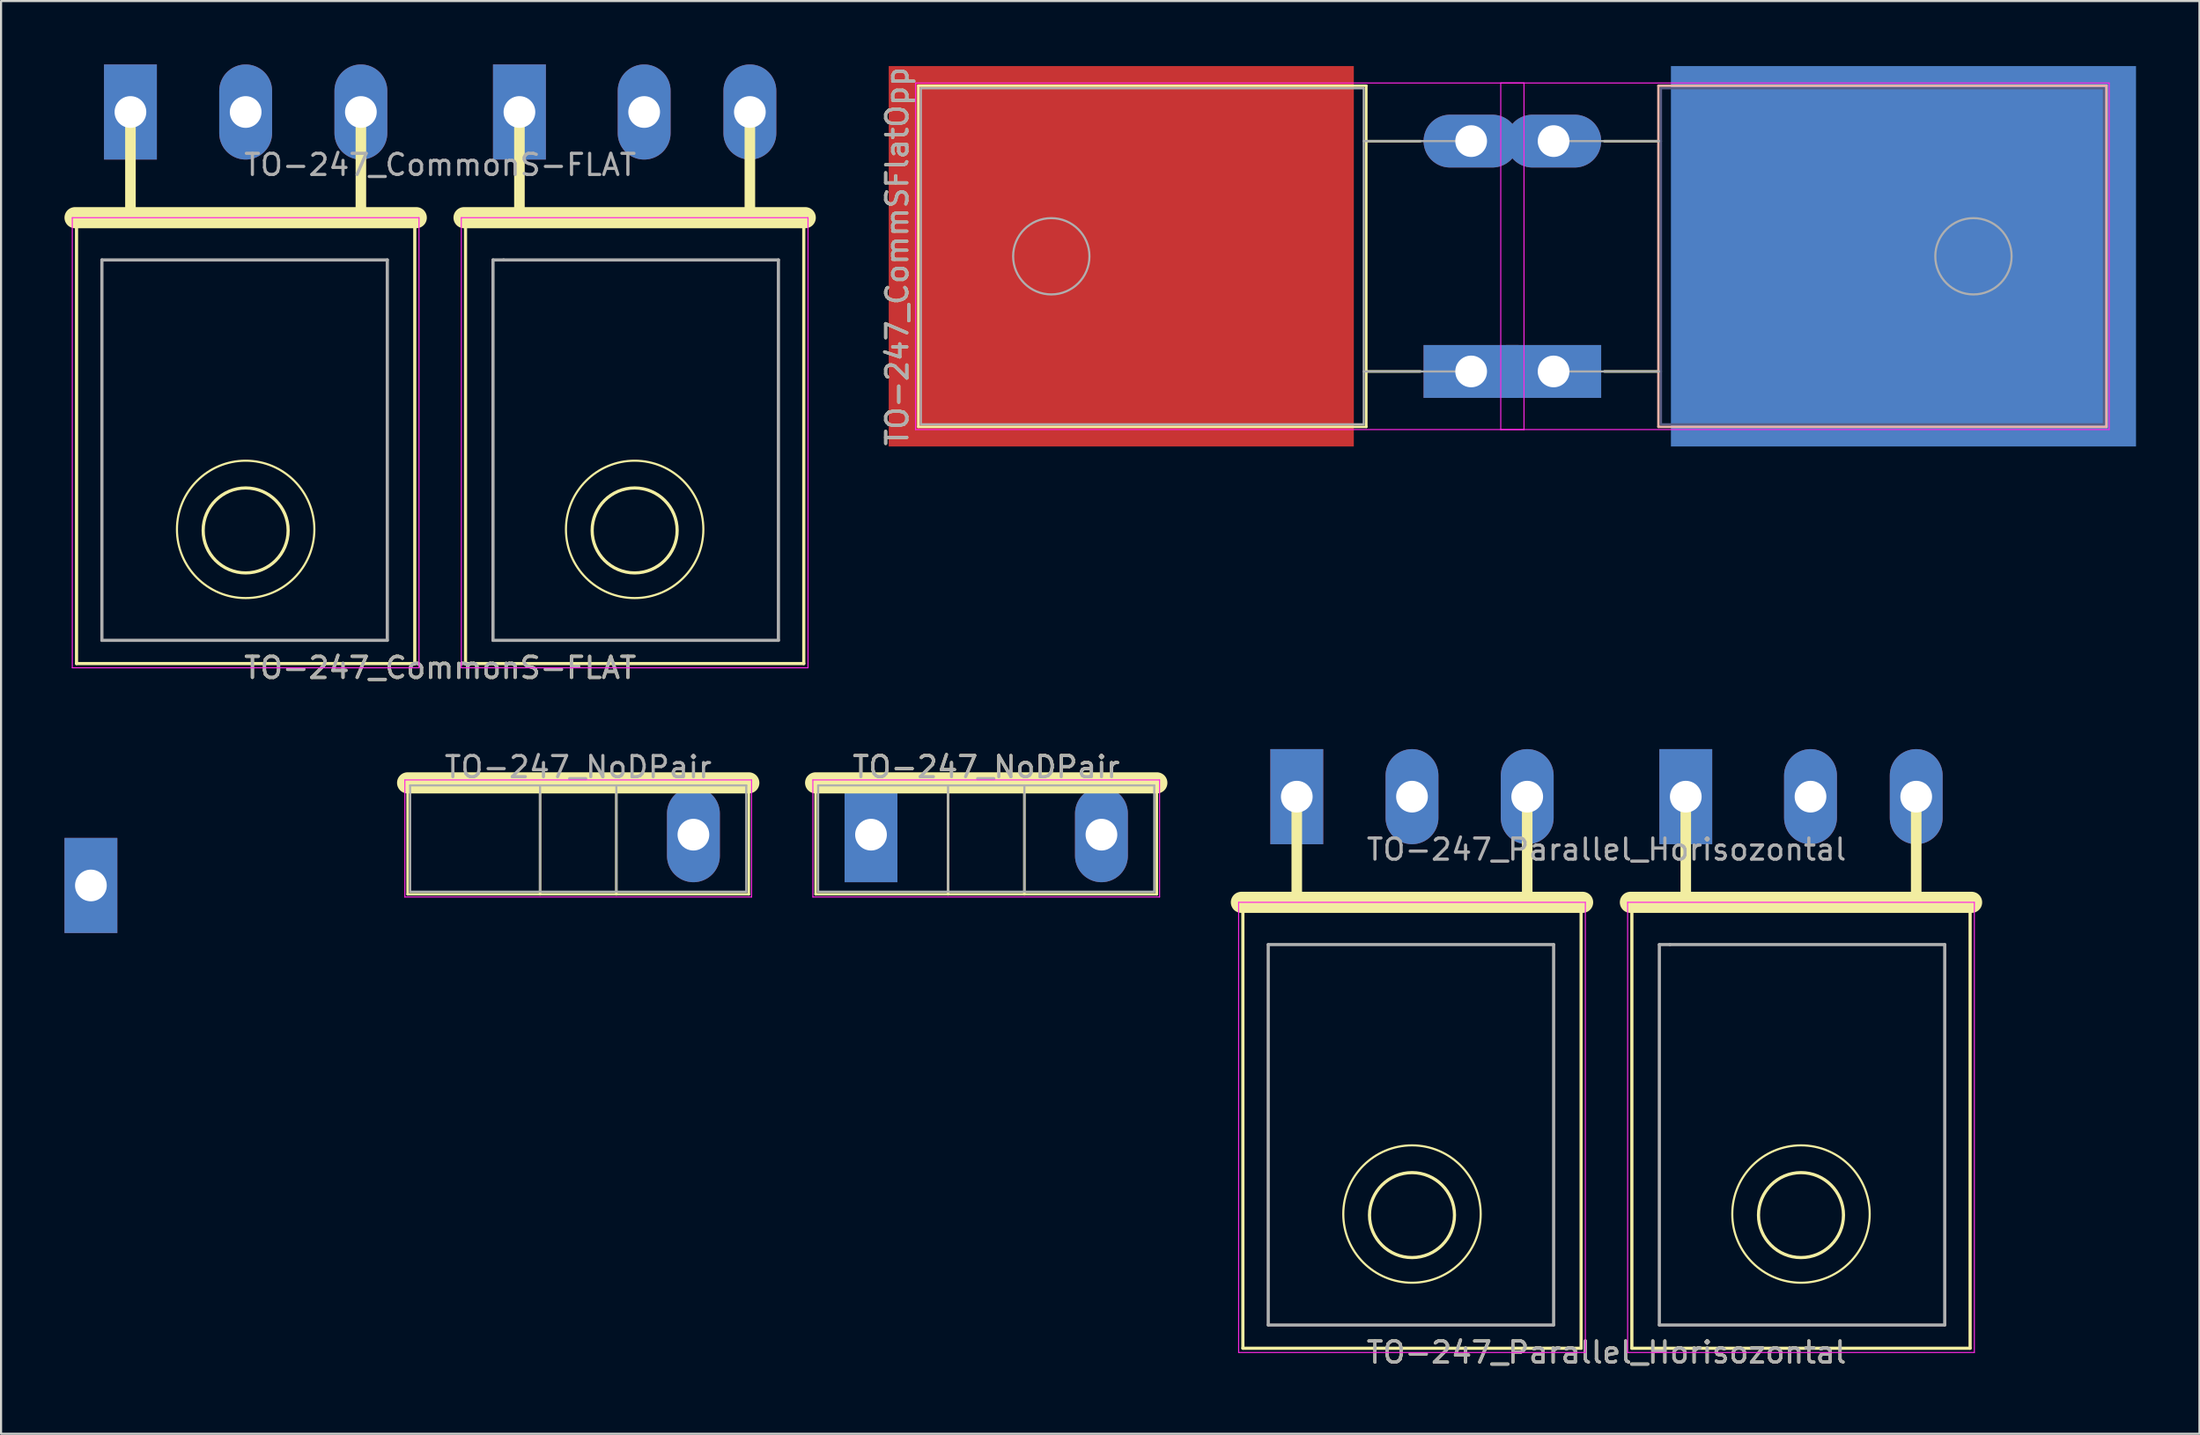
<source format=kicad_pcb>
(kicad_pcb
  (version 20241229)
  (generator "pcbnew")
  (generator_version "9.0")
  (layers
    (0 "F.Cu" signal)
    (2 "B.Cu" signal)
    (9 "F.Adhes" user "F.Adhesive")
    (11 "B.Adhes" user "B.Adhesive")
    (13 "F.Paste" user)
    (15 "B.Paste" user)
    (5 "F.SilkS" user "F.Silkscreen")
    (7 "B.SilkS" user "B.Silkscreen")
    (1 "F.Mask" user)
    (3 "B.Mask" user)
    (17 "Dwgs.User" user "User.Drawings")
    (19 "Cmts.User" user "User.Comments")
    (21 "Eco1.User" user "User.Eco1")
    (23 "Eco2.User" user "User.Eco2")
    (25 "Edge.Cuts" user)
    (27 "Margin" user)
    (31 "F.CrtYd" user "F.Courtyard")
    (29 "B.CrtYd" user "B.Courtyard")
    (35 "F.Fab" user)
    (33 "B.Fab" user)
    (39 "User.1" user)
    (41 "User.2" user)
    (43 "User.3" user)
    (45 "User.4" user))
  (footprint "TO-247_CommSFlatOpp"
    (layer "F.Cu")
    (at 68.488 9.077)
    (property "Reference" "TO-247_CommSFlatOpp" (at -29.1 0 90) (layer "F.SilkS") (effects (font (size 1 1) (thickness 0.15))))
    (attr through_hole)
    (fp_line (start -28.1 -8.07) (end -6.91 -8.07) (stroke (width 0.12) (type solid)) (layer "F.SilkS"))
    (fp_line (start -28.1 8.07) (end -28.1 -8.07) (stroke (width 0.12) (type solid)) (layer "F.SilkS"))
    (fp_line (start -28.1 8.07) (end -6.91 8.07) (stroke (width 0.12) (type solid)) (layer "F.SilkS"))
    (fp_line (start -6.91 -5.45) (end -4.35 -5.45) (stroke (width 0.12) (type solid)) (layer "F.SilkS"))
    (fp_line (start -6.91 5.45) (end -4.35 5.45) (stroke (width 0.12) (type solid)) (layer "F.SilkS"))
    (fp_line (start -6.91 8.07) (end -6.91 -8.07) (stroke (width 0.12) (type solid)) (layer "F.SilkS"))
    (fp_line (start 6.91 -5.45) (end 4.35 -5.45) (stroke (width 0.12) (type solid)) (layer "F.SilkS"))
    (fp_line (start 6.91 5.45) (end 4.35 5.45) (stroke (width 0.12) (type solid)) (layer "F.SilkS"))
    (fp_line (start 6.91 8.07) (end 6.91 -8.07) (stroke (width 0.12) (type solid)) (layer "B.SilkS"))
    (fp_line (start 28.1 -8.07) (end 6.91 -8.07) (stroke (width 0.12) (type solid)) (layer "B.SilkS"))
    (fp_line (start 28.1 8.07) (end 6.91 8.07) (stroke (width 0.12) (type solid)) (layer "B.SilkS"))
    (fp_line (start 28.1 8.07) (end 28.1 -8.07) (stroke (width 0.12) (type solid)) (layer "B.SilkS"))
    (fp_line (start -28.23 -8.2) (end -28.23 8.2) (stroke (width 0.05) (type solid)) (layer "F.CrtYd"))
    (fp_line (start -28.23 8.2) (end 0.55 8.2) (stroke (width 0.05) (type solid)) (layer "F.CrtYd"))
    (fp_line (start -0.55 -8.2) (end 28.23 -8.2) (stroke (width 0.05) (type solid)) (layer "F.CrtYd"))
    (fp_line (start -0.55 8.2) (end -0.55 -8.2) (stroke (width 0.05) (type solid)) (layer "F.CrtYd"))
    (fp_line (start 0.55 -8.2) (end -28.23 -8.2) (stroke (width 0.05) (type solid)) (layer "F.CrtYd"))
    (fp_line (start 0.55 8.2) (end 0.55 -8.2) (stroke (width 0.05) (type solid)) (layer "F.CrtYd"))
    (fp_line (start 28.23 -8.2) (end 28.23 8.2) (stroke (width 0.05) (type solid)) (layer "F.CrtYd"))
    (fp_line (start 28.23 8.2) (end -0.55 8.2) (stroke (width 0.05) (type solid)) (layer "F.CrtYd"))
    (fp_line (start 7.03 -7.95) (end 7.03 7.95) (stroke (width 0.1) (type solid)) (layer "B.Fab"))
    (fp_line (start 7.03 7.95) (end 27.98 7.95) (stroke (width 0.1) (type solid)) (layer "B.Fab"))
    (fp_line (start 27.98 -7.95) (end 7.03 -7.95) (stroke (width 0.1) (type solid)) (layer "B.Fab"))
    (fp_line (start 27.98 7.95) (end 27.98 -7.95) (stroke (width 0.1) (type solid)) (layer "B.Fab"))
    (fp_line (start -27.98 -7.95) (end -7.03 -7.95) (stroke (width 0.1) (type solid)) (layer "F.Fab"))
    (fp_line (start -27.98 7.95) (end -27.98 -7.95) (stroke (width 0.1) (type solid)) (layer "F.Fab"))
    (fp_line (start -7.03 -7.95) (end -7.03 7.95) (stroke (width 0.1) (type solid)) (layer "F.Fab"))
    (fp_line (start -7.03 -5.45) (end -1.95 -5.45) (stroke (width 0.1) (type solid)) (layer "F.Fab"))
    (fp_line (start -7.03 5.45) (end -1.95 5.45) (stroke (width 0.1) (type solid)) (layer "F.Fab"))
    (fp_line (start -7.03 7.95) (end -27.98 7.95) (stroke (width 0.1) (type solid)) (layer "F.Fab"))
    (fp_line (start 7.03 -5.45) (end 1.95 -5.45) (stroke (width 0.1) (type solid)) (layer "F.Fab"))
    (fp_line (start 7.03 5.45) (end 1.95 5.45) (stroke (width 0.1) (type solid)) (layer "F.Fab"))
    (fp_circle (center -21.81 0) (end -21.81 -1.805) (stroke (width 0.1) (type solid)) (fill no) (layer "F.Fab"))
    (fp_circle (center 21.81 0) (end 21.81 -1.805) (stroke (width 0.1) (type solid)) (fill no) (layer "F.Fab"))
    (fp_text user "${REFERENCE}" (at -29.1 0 90) (layer "F.Fab") (effects (font (size 1 1) (thickness 0.15))))
    (pad "D1" smd rect (at -18.5 0 90) (size 18 22) (layers "F.Cu" "F.Mask" "F.Paste"))
    (pad "D2" smd rect (at 18.5 0 270) (size 18 22) (layers "F.Mask" "B.Cu" "F.Paste"))
    (pad "G" thru_hole rect (at -1.95 5.45 90) (size 2.5 4.5) (drill 1.5) (layers "*.Cu" "*.Mask"))
    (pad "G" thru_hole rect (at 1.95 5.45 270) (size 2.5 4.5) (drill 1.5) (layers "*.Cu" "*.Mask"))
    (pad "S" thru_hole oval (at -1.95 -5.45 90) (size 2.5 4.5) (drill 1.5) (layers "*.Cu" "*.Mask"))
    (pad "S" thru_hole oval (at 1.95 -5.45 270) (size 2.5 4.5) (drill 1.5) (layers "*.Cu" "*.Mask")))
  (footprint "TO-247_CommonS-FLAT"
    (layer "F.Cu")
    (at 17.77 14.2)
    (property "Reference" "TO-247_CommonS-FLAT" (at 0 14.35 0) (layer "F.SilkS") (effects (font (size 1 1) (thickness 0.15))))
    (attr through_hole)
    (fp_line (start -17.2 -6.95) (end -17.2 14.15) (stroke (width 0.15) (type solid)) (layer "F.SilkS"))
    (fp_line (start -14.65 -11.95) (end -14.65 -6.95) (stroke (width 0.5) (type solid)) (layer "F.SilkS"))
    (fp_line (start -3.75 -11.95) (end -3.75 -6.95) (stroke (width 0.5) (type solid)) (layer "F.SilkS"))
    (fp_line (start -1.2 -6.95) (end -1.2 14.15) (stroke (width 0.15) (type solid)) (layer "F.SilkS"))
    (fp_line (start -1.2 14.15) (end -17.2 14.15) (stroke (width 0.15) (type solid)) (layer "F.SilkS"))
    (fp_line (start -1.13 -6.95) (end -17.27 -6.95) (stroke (width 1) (type solid)) (layer "F.SilkS"))
    (fp_line (start 1.2 -6.95) (end 1.2 14.15) (stroke (width 0.15) (type solid)) (layer "F.SilkS"))
    (fp_line (start 3.75 -11.95) (end 3.75 -6.95) (stroke (width 0.5) (type solid)) (layer "F.SilkS"))
    (fp_line (start 14.65 -11.95) (end 14.65 -6.95) (stroke (width 0.5) (type solid)) (layer "F.SilkS"))
    (fp_line (start 17.2 -6.95) (end 17.2 14.15) (stroke (width 0.15) (type solid)) (layer "F.SilkS"))
    (fp_line (start 17.2 14.15) (end 1.2 14.15) (stroke (width 0.15) (type solid)) (layer "F.SilkS"))
    (fp_line (start 17.27 -6.95) (end 1.13 -6.95) (stroke (width 1) (type solid)) (layer "F.SilkS"))
    (fp_circle (center -9.2 7.8) (end -6.2 9.05) (stroke (width 0.1) (type solid)) (fill no) (layer "F.SilkS"))
    (fp_circle (center -9.2 7.85) (end -7.2 8.05) (stroke (width 0.15) (type solid)) (fill no) (layer "F.SilkS"))
    (fp_circle (center 9.2 7.8) (end 12.2 9.05) (stroke (width 0.1) (type solid)) (fill no) (layer "F.SilkS"))
    (fp_circle (center 9.2 7.85) (end 11.2 8.05) (stroke (width 0.15) (type solid)) (fill no) (layer "F.SilkS"))
    (fp_line (start -17.4 -6.95) (end -1 -6.95) (stroke (width 0.05) (type solid)) (layer "F.CrtYd"))
    (fp_line (start -17.4 14.35) (end -17.4 -6.95) (stroke (width 0.05) (type solid)) (layer "F.CrtYd"))
    (fp_line (start -1 -6.95) (end -1 14.35) (stroke (width 0.05) (type solid)) (layer "F.CrtYd"))
    (fp_line (start -1 14.35) (end -17.4 14.35) (stroke (width 0.05) (type solid)) (layer "F.CrtYd"))
    (fp_line (start 1 -6.95) (end 17.4 -6.95) (stroke (width 0.05) (type solid)) (layer "F.CrtYd"))
    (fp_line (start 1 14.35) (end 1 -6.95) (stroke (width 0.05) (type solid)) (layer "F.CrtYd"))
    (fp_line (start 17.4 -6.95) (end 17.4 14.35) (stroke (width 0.05) (type solid)) (layer "F.CrtYd"))
    (fp_line (start 17.4 14.35) (end 1 14.35) (stroke (width 0.05) (type solid)) (layer "F.CrtYd"))
    (fp_line (start -16 -4.95) (end -16 13.05) (stroke (width 0.15) (type solid)) (layer "F.Fab"))
    (fp_line (start -16 13.05) (end -2.5 13.05) (stroke (width 0.15) (type solid)) (layer "F.Fab"))
    (fp_line (start -2.5 -4.95) (end -16 -4.95) (stroke (width 0.15) (type solid)) (layer "F.Fab"))
    (fp_line (start -2.5 13.05) (end -2.5 -4.95) (stroke (width 0.15) (type solid)) (layer "F.Fab"))
    (fp_line (start 2.5 -4.95) (end 2.5 13.05) (stroke (width 0.15) (type solid)) (layer "F.Fab"))
    (fp_line (start 2.5 13.05) (end 16 13.05) (stroke (width 0.15) (type solid)) (layer "F.Fab"))
    (fp_line (start 3 -4.95) (end 2.5 -4.95) (stroke (width 0.15) (type solid)) (layer "F.Fab"))
    (fp_line (start 16 -4.95) (end 3 -4.95) (stroke (width 0.15) (type solid)) (layer "F.Fab"))
    (fp_line (start 16 13.05) (end 16 -4.95) (stroke (width 0.15) (type solid)) (layer "F.Fab"))
    (fp_text user "${REFERENCE}" (at 0 14.35 180) (layer "F.Fab") (effects (font (size 1 1) (thickness 0.15))))
    (fp_text user "${REFERENCE}" (at 0 -9.45 0) (layer "F.Fab") (effects (font (size 1 1) (thickness 0.15))))
    (pad "D1" thru_hole oval (at -9.2 -11.95) (size 2.5 4.5) (drill 1.5) (layers "*.Cu" "*.Mask"))
    (pad "D2" thru_hole oval (at 9.65 -11.95) (size 2.5 4.5) (drill 1.5) (layers "*.Cu" "*.Mask"))
    (pad "G" thru_hole rect (at -14.65 -11.95) (size 2.5 4.5) (drill 1.5) (layers "*.Cu" "*.Mask"))
    (pad "G" thru_hole rect (at 3.75 -11.95) (size 2.5 4.5) (drill 1.5) (layers "*.Cu" "*.Mask"))
    (pad "S" thru_hole oval (at -3.75 -11.95) (size 2.5 4.5) (drill 1.5) (layers "*.Cu" "*.Mask"))
    (pad "S" thru_hole oval (at 14.65 -11.95) (size 2.5 4.5) (drill 1.5) (layers "*.Cu" "*.Mask")))
  (footprint "TO-247_Parallel_Horisozontal"
    (layer "F.Cu")
    (at 72.94 46.598)
    (property "Reference" "TO-247_Parallel_Horisozontal" (at 0 14.35 0) (layer "F.SilkS") (effects (font (size 1 1) (thickness 0.15))))
    (attr through_hole)
    (fp_line (start -17.2 -6.95) (end -17.2 14.15) (stroke (width 0.15) (type solid)) (layer "F.SilkS"))
    (fp_line (start -14.65 -11.95) (end -14.65 -6.95) (stroke (width 0.5) (type solid)) (layer "F.SilkS"))
    (fp_line (start -3.75 -11.95) (end -3.75 -6.95) (stroke (width 0.5) (type solid)) (layer "F.SilkS"))
    (fp_line (start -1.2 -6.95) (end -1.2 14.15) (stroke (width 0.15) (type solid)) (layer "F.SilkS"))
    (fp_line (start -1.2 14.15) (end -17.2 14.15) (stroke (width 0.15) (type solid)) (layer "F.SilkS"))
    (fp_line (start -1.13 -6.95) (end -17.27 -6.95) (stroke (width 1) (type solid)) (layer "F.SilkS"))
    (fp_line (start 1.2 -6.95) (end 1.2 14.15) (stroke (width 0.15) (type solid)) (layer "F.SilkS"))
    (fp_line (start 3.75 -11.95) (end 3.75 -6.95) (stroke (width 0.5) (type solid)) (layer "F.SilkS"))
    (fp_line (start 14.65 -11.95) (end 14.65 -6.95) (stroke (width 0.5) (type solid)) (layer "F.SilkS"))
    (fp_line (start 17.2 -6.95) (end 17.2 14.15) (stroke (width 0.15) (type solid)) (layer "F.SilkS"))
    (fp_line (start 17.2 14.15) (end 1.2 14.15) (stroke (width 0.15) (type solid)) (layer "F.SilkS"))
    (fp_line (start 17.27 -6.95) (end 1.13 -6.95) (stroke (width 1) (type solid)) (layer "F.SilkS"))
    (fp_circle (center -9.2 7.8) (end -6.2 9.05) (stroke (width 0.1) (type solid)) (fill no) (layer "F.SilkS"))
    (fp_circle (center -9.2 7.85) (end -7.2 8.05) (stroke (width 0.15) (type solid)) (fill no) (layer "F.SilkS"))
    (fp_circle (center 9.2 7.8) (end 12.2 9.05) (stroke (width 0.1) (type solid)) (fill no) (layer "F.SilkS"))
    (fp_circle (center 9.2 7.85) (end 11.2 8.05) (stroke (width 0.15) (type solid)) (fill no) (layer "F.SilkS"))
    (fp_line (start -17.4 -6.95) (end -1 -6.95) (stroke (width 0.05) (type solid)) (layer "F.CrtYd"))
    (fp_line (start -17.4 14.35) (end -17.4 -6.95) (stroke (width 0.05) (type solid)) (layer "F.CrtYd"))
    (fp_line (start -1 -6.95) (end -1 14.35) (stroke (width 0.05) (type solid)) (layer "F.CrtYd"))
    (fp_line (start -1 14.35) (end -17.4 14.35) (stroke (width 0.05) (type solid)) (layer "F.CrtYd"))
    (fp_line (start 1 -6.95) (end 17.4 -6.95) (stroke (width 0.05) (type solid)) (layer "F.CrtYd"))
    (fp_line (start 1 14.35) (end 1 -6.95) (stroke (width 0.05) (type solid)) (layer "F.CrtYd"))
    (fp_line (start 17.4 -6.95) (end 17.4 14.35) (stroke (width 0.05) (type solid)) (layer "F.CrtYd"))
    (fp_line (start 17.4 14.35) (end 1 14.35) (stroke (width 0.05) (type solid)) (layer "F.CrtYd"))
    (fp_line (start -16 -4.95) (end -16 13.05) (stroke (width 0.15) (type solid)) (layer "F.Fab"))
    (fp_line (start -16 13.05) (end -2.5 13.05) (stroke (width 0.15) (type solid)) (layer "F.Fab"))
    (fp_line (start -2.5 -4.95) (end -16 -4.95) (stroke (width 0.15) (type solid)) (layer "F.Fab"))
    (fp_line (start -2.5 13.05) (end -2.5 -4.95) (stroke (width 0.15) (type solid)) (layer "F.Fab"))
    (fp_line (start 2.5 -4.95) (end 2.5 13.05) (stroke (width 0.15) (type solid)) (layer "F.Fab"))
    (fp_line (start 2.5 13.05) (end 16 13.05) (stroke (width 0.15) (type solid)) (layer "F.Fab"))
    (fp_line (start 3 -4.95) (end 2.5 -4.95) (stroke (width 0.15) (type solid)) (layer "F.Fab"))
    (fp_line (start 16 -4.95) (end 3 -4.95) (stroke (width 0.15) (type solid)) (layer "F.Fab"))
    (fp_line (start 16 13.05) (end 16 -4.95) (stroke (width 0.15) (type solid)) (layer "F.Fab"))
    (fp_text user "${REFERENCE}" (at 0 -9.45 0) (layer "F.Fab") (effects (font (size 1 1) (thickness 0.15))))
    (fp_text user "${REFERENCE}" (at 0 14.35 180) (layer "F.Fab") (effects (font (size 1 1) (thickness 0.15))))
    (pad "D" thru_hole oval (at -9.2 -11.95) (size 2.5 4.5) (drill 1.5) (layers "*.Cu" "*.Mask"))
    (pad "D" thru_hole oval (at 9.65 -11.95) (size 2.5 4.5) (drill 1.5) (layers "*.Cu" "*.Mask"))
    (pad "Ga" thru_hole rect (at -14.65 -11.95) (size 2.5 4.5) (drill 1.5) (layers "*.Cu" "*.Mask"))
    (pad "Gb" thru_hole rect (at 3.75 -11.95) (size 2.5 4.5) (drill 1.5) (layers "*.Cu" "*.Mask"))
    (pad "S" thru_hole oval (at -3.75 -11.95) (size 2.5 4.5) (drill 1.5) (layers "*.Cu" "*.Mask"))
    (pad "S" thru_hole oval (at 14.65 -11.95) (size 2.5 4.5) (drill 1.5) (layers "*.Cu" "*.Mask")))
  (footprint "TO-247_NoDPair"
    (layer "F.Cu")
    (at 33.95 34.042)
    (property "Reference" "TO-247_NoDPair" (at 9.65 -0.796 0) (layer "F.SilkS") (effects (font (size 1 1) (thickness 0.15))))
    (attr through_hole)
    (fp_line (start -17.72 -0.047) (end -17.72 5.224) (stroke (width 0.12) (type solid)) (layer "F.SilkS"))
    (fp_line (start -17.72 -0.047) (end -1.58 -0.047) (stroke (width 1) (type solid)) (layer "F.SilkS"))
    (fp_line (start -17.72 5.224) (end -1.58 5.224) (stroke (width 0.12) (type solid)) (layer "F.SilkS"))
    (fp_line (start -11.454 -0.047) (end -11.454 5.224) (stroke (width 0.12) (type solid)) (layer "F.SilkS"))
    (fp_line (start -7.845 -0.047) (end -7.845 5.224) (stroke (width 0.12) (type solid)) (layer "F.SilkS"))
    (fp_line (start -1.58 -0.047) (end -1.58 5.224) (stroke (width 0.12) (type solid)) (layer "F.SilkS"))
    (fp_line (start 1.58 -0.047) (end 1.58 5.224) (stroke (width 0.12) (type solid)) (layer "F.SilkS"))
    (fp_line (start 1.58 -0.047) (end 17.72 -0.047) (stroke (width 1) (type solid)) (layer "F.SilkS"))
    (fp_line (start 1.58 5.224) (end 17.72 5.224) (stroke (width 0.12) (type solid)) (layer "F.SilkS"))
    (fp_line (start 7.846 -0.047) (end 7.846 5.224) (stroke (width 0.12) (type solid)) (layer "F.SilkS"))
    (fp_line (start 11.455 -0.047) (end 11.455 5.224) (stroke (width 0.12) (type solid)) (layer "F.SilkS"))
    (fp_line (start 17.72 -0.047) (end 17.72 5.224) (stroke (width 0.12) (type solid)) (layer "F.SilkS"))
    (fp_line (start -17.85 -0.186) (end -17.85 5.354) (stroke (width 0.05) (type solid)) (layer "F.CrtYd"))
    (fp_line (start -17.85 5.354) (end -1.45 5.354) (stroke (width 0.05) (type solid)) (layer "F.CrtYd"))
    (fp_line (start -1.45 -0.186) (end -17.85 -0.186) (stroke (width 0.05) (type solid)) (layer "F.CrtYd"))
    (fp_line (start -1.45 5.354) (end -1.45 -0.186) (stroke (width 0.05) (type solid)) (layer "F.CrtYd"))
    (fp_line (start 1.45 -0.186) (end 1.45 5.354) (stroke (width 0.05) (type solid)) (layer "F.CrtYd"))
    (fp_line (start 1.45 5.354) (end 17.85 5.354) (stroke (width 0.05) (type solid)) (layer "F.CrtYd"))
    (fp_line (start 17.85 -0.186) (end 1.45 -0.186) (stroke (width 0.05) (type solid)) (layer "F.CrtYd"))
    (fp_line (start 17.85 5.354) (end 17.85 -0.186) (stroke (width 0.05) (type solid)) (layer "F.CrtYd"))
    (fp_line (start -17.6 0.074) (end -17.6 5.104) (stroke (width 0.1) (type solid)) (layer "F.Fab"))
    (fp_line (start -17.6 5.104) (end -1.7 5.104) (stroke (width 0.1) (type solid)) (layer "F.Fab"))
    (fp_line (start -11.455 0.074) (end -11.455 5.104) (stroke (width 0.1) (type solid)) (layer "F.Fab"))
    (fp_line (start -7.845 0.074) (end -7.845 5.104) (stroke (width 0.1) (type solid)) (layer "F.Fab"))
    (fp_line (start -1.7 0.074) (end -17.6 0.074) (stroke (width 0.1) (type solid)) (layer "F.Fab"))
    (fp_line (start -1.7 5.104) (end -1.7 0.074) (stroke (width 0.1) (type solid)) (layer "F.Fab"))
    (fp_line (start 1.7 0.074) (end 1.7 5.104) (stroke (width 0.1) (type solid)) (layer "F.Fab"))
    (fp_line (start 1.7 5.104) (end 17.6 5.104) (stroke (width 0.1) (type solid)) (layer "F.Fab"))
    (fp_line (start 7.845 0.074) (end 7.845 5.104) (stroke (width 0.1) (type solid)) (layer "F.Fab"))
    (fp_line (start 11.455 0.074) (end 11.455 5.104) (stroke (width 0.1) (type solid)) (layer "F.Fab"))
    (fp_line (start 17.6 0.074) (end 1.7 0.074) (stroke (width 0.1) (type solid)) (layer "F.Fab"))
    (fp_line (start 17.6 5.104) (end 17.6 0.074) (stroke (width 0.1) (type solid)) (layer "F.Fab"))
    (fp_text user "${REFERENCE}" (at 9.65 -0.796 0) (layer "F.Fab") (effects (font (size 1 1) (thickness 0.15))))
    (fp_text user "${REFERENCE}" (at -9.65 -0.796 0) (layer "F.Fab") (effects (font (size 1 1) (thickness 0.15))))
    (pad "G" thru_hole rect (at -32.7 4.808) (size 2.5 4.5) (drill 1.5) (layers "*.Cu" "*.Mask"))
    (pad "G" thru_hole rect (at 4.2 2.404) (size 2.5 4.5) (drill 1.5) (layers "*.Cu" "*.Mask"))
    (pad "S" thru_hole oval (at -4.2 2.404) (size 2.5 4.5) (drill 1.5) (layers "*.Cu" "*.Mask"))
    (pad "S" thru_hole oval (at 15.1 2.404) (size 2.5 4.5) (drill 1.5) (layers "*.Cu" "*.Mask")))
  (gr_rect
    (start -3 -3)
    (end 100.988 64.796)
    (stroke (width 0.1) (type default))
    (fill no)
    (layer "Edge.Cuts")))
</source>
